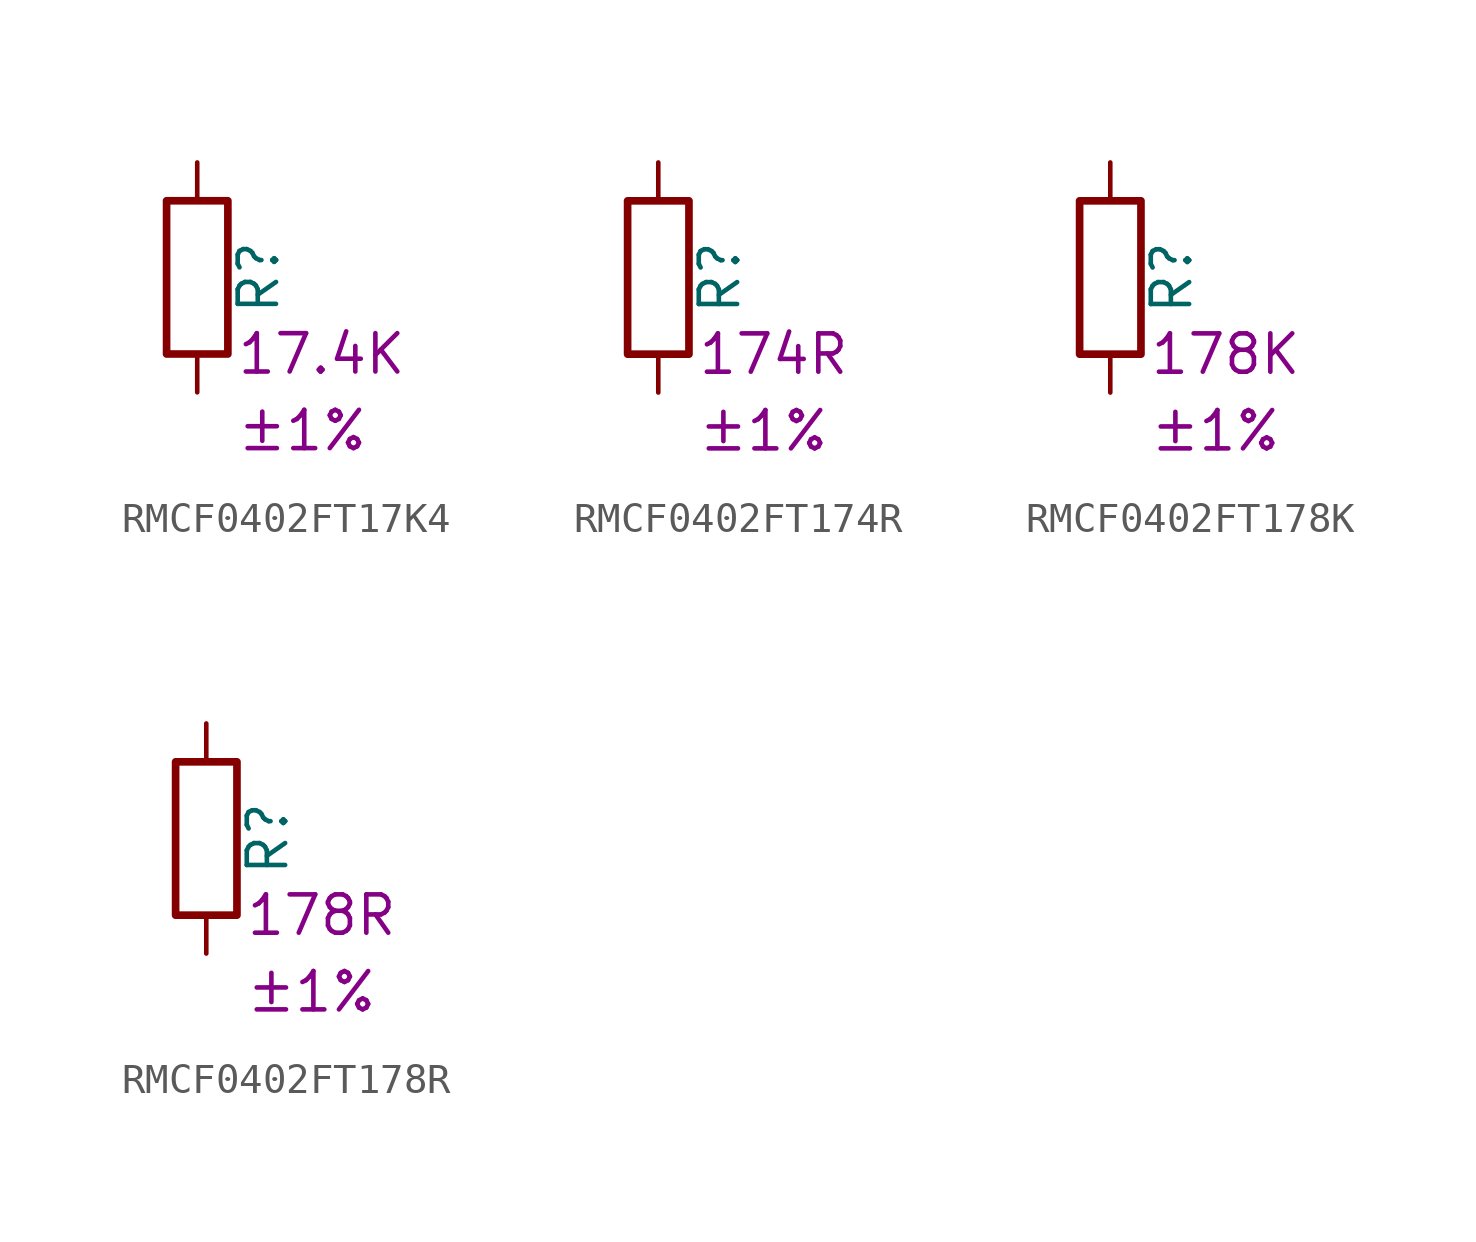
<source format=kicad_sym>
(kicad_symbol_lib
  (version 20220914)
  (generator kicad_symbol_editor)
  (symbol "RMCF0402FT17K4"
    (pin_numbers hide)
    (pin_names
      (offset 0))
    (property "Reference" "R"
      (at 2.032 0 90)
      (effects (font (size 1.27 1.27))))
    (property "Resistance" "17.4K"
      (at 1.27 -2.54 0)
      (effects (font (size 1.27 1.27)) (justify left)))
    (property "Tolerance" "±1%"
      (at 1.27 -5.08 0)
      (effects (font (size 1.27 1.27)) (justify left)))
    (symbol "RMCF0402FT17K4_0_1"
      (rectangle (start -1.016 -2.54) (end 1.016 2.54) (stroke (width 0.254) (type default)) (fill (type none))))
    (symbol "RMCF0402FT17K4_1_1"
      (pin passive line (at 0 3.81 270) (length 1.27) (name "~" (effects (font (size 1.27 1.27)))) (number "1" (effects (font (size 1.27 1.27)))))
      (pin passive line (at 0 -3.81 90) (length 1.27) (name "~" (effects (font (size 1.27 1.27)))) (number "2" (effects (font (size 1.27 1.27)))))))
  (symbol "RMCF0402FT174R"
    (pin_numbers hide)
    (pin_names
      (offset 0))
    (property "Reference" "R"
      (at 2.032 0 90)
      (effects (font (size 1.27 1.27))))
    (property "Resistance" "174R"
      (at 1.27 -2.54 0)
      (effects (font (size 1.27 1.27)) (justify left)))
    (property "Tolerance" "±1%"
      (at 1.27 -5.08 0)
      (effects (font (size 1.27 1.27)) (justify left)))
    (symbol "RMCF0402FT174R_0_1"
      (rectangle (start -1.016 -2.54) (end 1.016 2.54) (stroke (width 0.254) (type default)) (fill (type none))))
    (symbol "RMCF0402FT174R_1_1"
      (pin passive line (at 0 3.81 270) (length 1.27) (name "~" (effects (font (size 1.27 1.27)))) (number "1" (effects (font (size 1.27 1.27)))))
      (pin passive line (at 0 -3.81 90) (length 1.27) (name "~" (effects (font (size 1.27 1.27)))) (number "2" (effects (font (size 1.27 1.27)))))))
  (symbol "RMCF0402FT178K"
    (pin_numbers hide)
    (pin_names
      (offset 0))
    (property "Reference" "R"
      (at 2.032 0 90)
      (effects (font (size 1.27 1.27))))
    (property "Resistance" "178K"
      (at 1.27 -2.54 0)
      (effects (font (size 1.27 1.27)) (justify left)))
    (property "Tolerance" "±1%"
      (at 1.27 -5.08 0)
      (effects (font (size 1.27 1.27)) (justify left)))
    (symbol "RMCF0402FT178K_0_1"
      (rectangle (start -1.016 -2.54) (end 1.016 2.54) (stroke (width 0.254) (type default)) (fill (type none))))
    (symbol "RMCF0402FT178K_1_1"
      (pin passive line (at 0 3.81 270) (length 1.27) (name "~" (effects (font (size 1.27 1.27)))) (number "1" (effects (font (size 1.27 1.27)))))
      (pin passive line (at 0 -3.81 90) (length 1.27) (name "~" (effects (font (size 1.27 1.27)))) (number "2" (effects (font (size 1.27 1.27)))))))
  (symbol "RMCF0402FT178R"
    (pin_numbers hide)
    (pin_names
      (offset 0))
    (property "Reference" "R"
      (at 2.032 0 90)
      (effects (font (size 1.27 1.27))))
    (property "Resistance" "178R"
      (at 1.27 -2.54 0)
      (effects (font (size 1.27 1.27)) (justify left)))
    (property "Tolerance" "±1%"
      (at 1.27 -5.08 0)
      (effects (font (size 1.27 1.27)) (justify left)))
    (symbol "RMCF0402FT178R_0_1"
      (rectangle (start -1.016 -2.54) (end 1.016 2.54) (stroke (width 0.254) (type default)) (fill (type none))))
    (symbol "RMCF0402FT178R_1_1"
      (pin passive line (at 0 3.81 270) (length 1.27) (name "~" (effects (font (size 1.27 1.27)))) (number "1" (effects (font (size 1.27 1.27)))))
      (pin passive line (at 0 -3.81 90) (length 1.27) (name "~" (effects (font (size 1.27 1.27)))) (number "2" (effects (font (size 1.27 1.27))))))))
</source>
